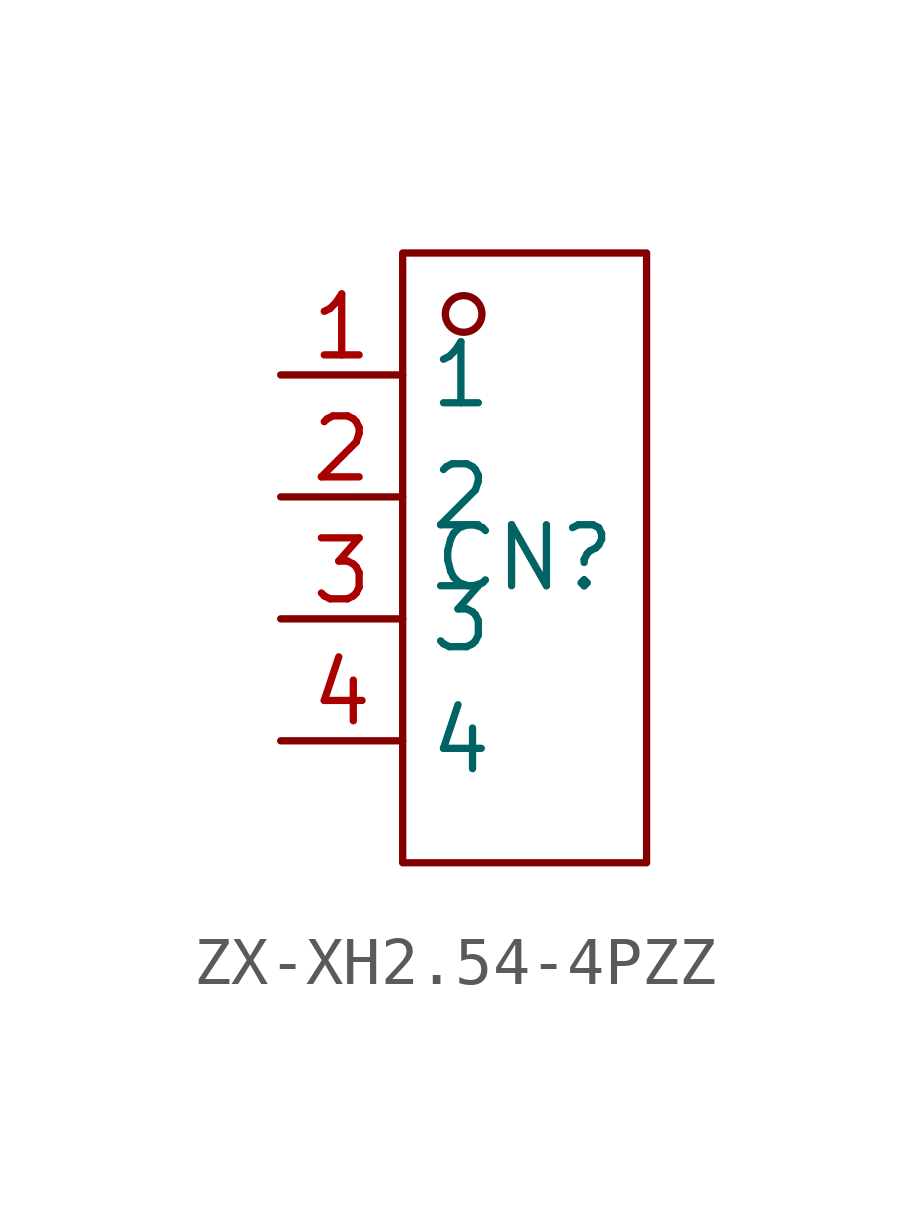
<source format=kicad_sym>
(kicad_symbol_lib
  (version 20231120)
  (generator "kicad_symbol_editor")
  (generator_version "8.0")
  (symbol "ZX-XH2.54-4PZZ"
    (property "Reference" "CN"
      (at 0 0 0)
      (effects (font (size 1.27 1.27))))
    (property "Value" ""
      (at 0 0 0)
      (effects (font (size 1.27 1.27))))
    (symbol "ZX-XH2.54-4PZZ_1_0"
      (rectangle (start -2.54 -6.35) (end 2.54 6.35) (stroke (width 0) (type default)) (fill (type none)))
      (circle (center -1.27 5.08) (radius 0.381) (stroke (width 0) (type default)) (fill (type none)))
      (pin unspecified line (at -5.08 3.81 0) (length 2.54) (name "1" (effects (font (size 1.27 1.27)))) (number "1" (effects (font (size 1.27 1.27)))))
      (pin unspecified line (at -5.08 1.27 0) (length 2.54) (name "2" (effects (font (size 1.27 1.27)))) (number "2" (effects (font (size 1.27 1.27)))))
      (pin unspecified line (at -5.08 -1.27 0) (length 2.54) (name "3" (effects (font (size 1.27 1.27)))) (number "3" (effects (font (size 1.27 1.27)))))
      (pin unspecified line (at -5.08 -3.81 0) (length 2.54) (name "4" (effects (font (size 1.27 1.27)))) (number "4" (effects (font (size 1.27 1.27))))))))
</source>
